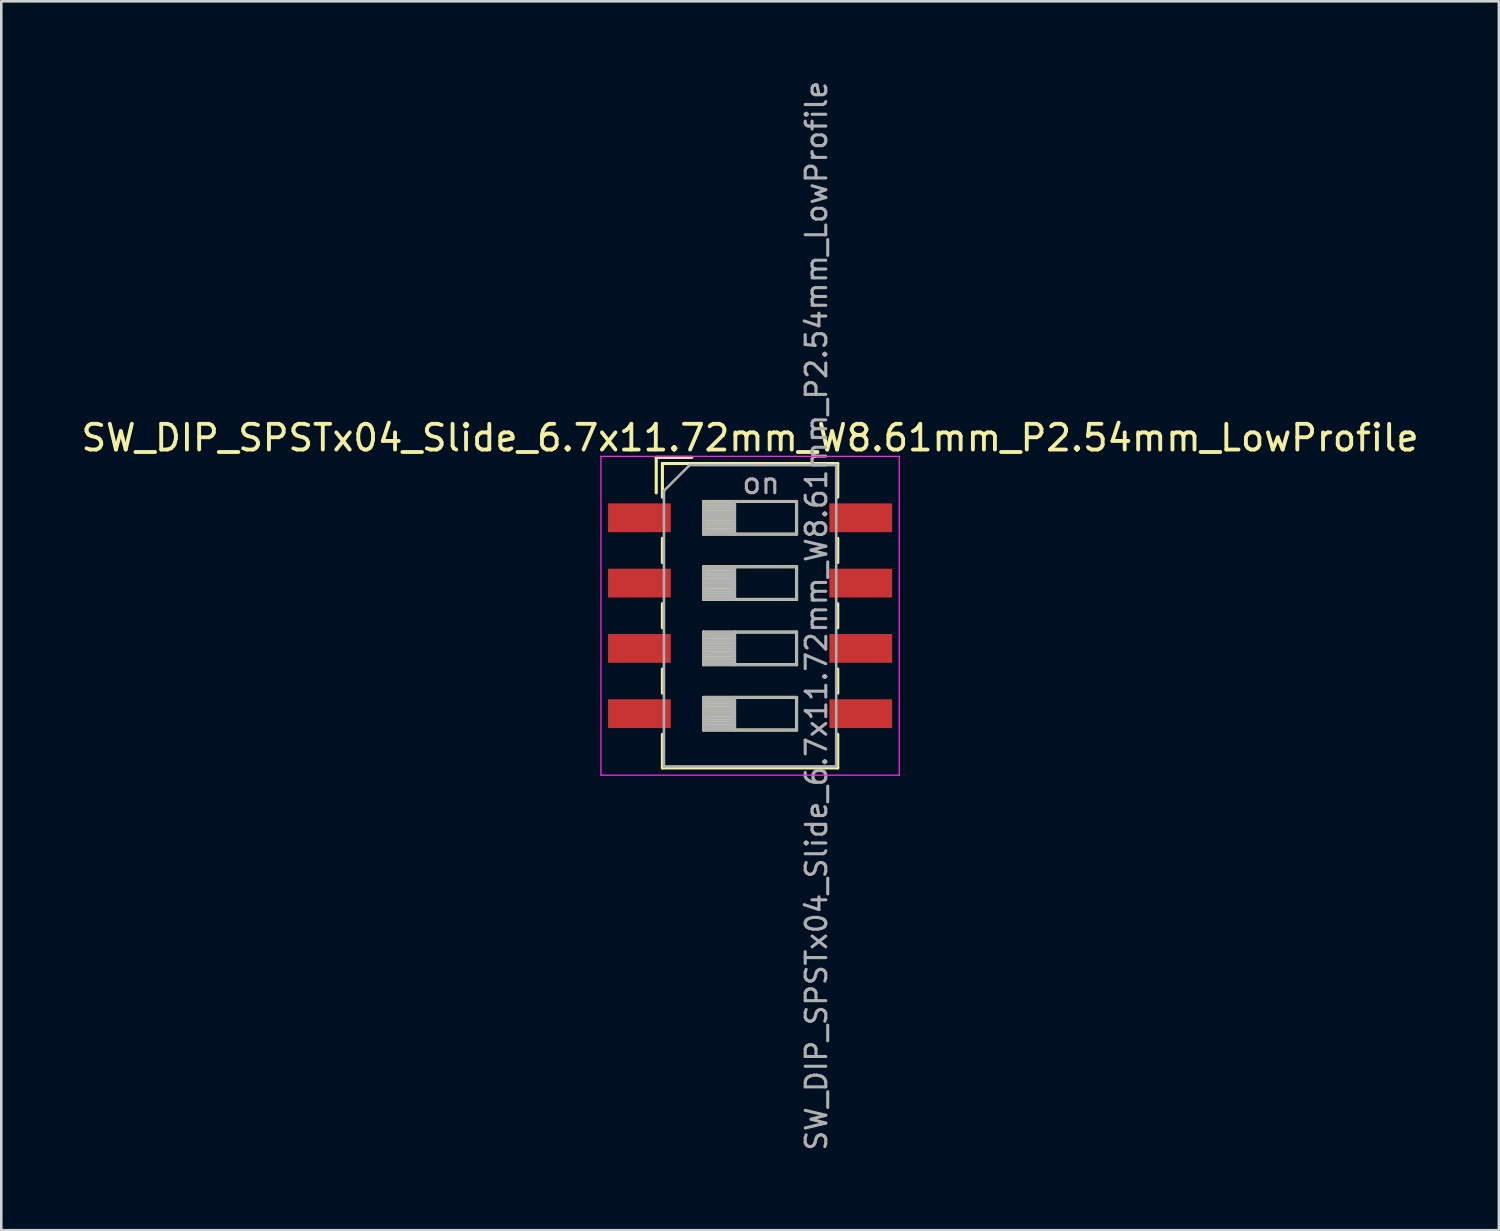
<source format=kicad_pcb>
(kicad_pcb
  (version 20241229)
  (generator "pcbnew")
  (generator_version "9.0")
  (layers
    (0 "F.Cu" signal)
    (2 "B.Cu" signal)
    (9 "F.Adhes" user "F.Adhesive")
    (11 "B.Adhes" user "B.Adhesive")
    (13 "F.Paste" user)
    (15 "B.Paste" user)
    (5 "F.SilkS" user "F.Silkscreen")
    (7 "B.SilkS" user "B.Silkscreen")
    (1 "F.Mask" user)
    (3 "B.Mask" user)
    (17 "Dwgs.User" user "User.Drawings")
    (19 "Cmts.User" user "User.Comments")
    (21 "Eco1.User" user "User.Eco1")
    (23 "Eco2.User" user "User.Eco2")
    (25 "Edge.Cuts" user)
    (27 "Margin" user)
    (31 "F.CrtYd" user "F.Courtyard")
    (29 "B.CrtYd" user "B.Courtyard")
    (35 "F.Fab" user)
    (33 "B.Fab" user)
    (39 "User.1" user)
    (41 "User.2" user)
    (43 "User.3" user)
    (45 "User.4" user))
  (footprint "SW_DIP_SPSTx04_Slide_6.7x11.72mm_W8.61mm_P2.54mm_LowProfile"
    (layer "F.Cu")
    (at 26.125 20.9)
    (property "Reference" "SW_DIP_SPSTx04_Slide_6.7x11.72mm_W8.61mm_P2.54mm_LowProfile" (at 0 -6.92 0) (layer "F.SilkS") (effects (font (size 1 1) (thickness 0.15))))
    (attr smd)
    (fp_line (start -3.65 -6.16) (end -3.65 -4.777) (stroke (width 0.12) (type solid)) (layer "F.SilkS"))
    (fp_line (start -3.65 -6.16) (end -2.267 -6.16) (stroke (width 0.12) (type solid)) (layer "F.SilkS"))
    (fp_line (start -3.41 -5.92) (end -3.41 -4.61) (stroke (width 0.12) (type solid)) (layer "F.SilkS"))
    (fp_line (start -3.41 -5.92) (end 3.41 -5.92) (stroke (width 0.12) (type solid)) (layer "F.SilkS"))
    (fp_line (start -3.41 -3.01) (end -3.41 -2.07) (stroke (width 0.12) (type solid)) (layer "F.SilkS"))
    (fp_line (start -3.41 -0.47) (end -3.41 0.47) (stroke (width 0.12) (type solid)) (layer "F.SilkS"))
    (fp_line (start -3.41 2.07) (end -3.41 3.01) (stroke (width 0.12) (type solid)) (layer "F.SilkS"))
    (fp_line (start -3.41 4.61) (end -3.41 5.92) (stroke (width 0.12) (type solid)) (layer "F.SilkS"))
    (fp_line (start -3.41 5.92) (end 3.41 5.92) (stroke (width 0.12) (type solid)) (layer "F.SilkS"))
    (fp_line (start -1.81 -4.445) (end -1.81 -3.175) (stroke (width 0.12) (type solid)) (layer "F.SilkS"))
    (fp_line (start -1.81 -4.325) (end -0.603 -4.325) (stroke (width 0.12) (type solid)) (layer "F.SilkS"))
    (fp_line (start -1.81 -4.205) (end -0.603 -4.205) (stroke (width 0.12) (type solid)) (layer "F.SilkS"))
    (fp_line (start -1.81 -4.085) (end -0.603 -4.085) (stroke (width 0.12) (type solid)) (layer "F.SilkS"))
    (fp_line (start -1.81 -3.965) (end -0.603 -3.965) (stroke (width 0.12) (type solid)) (layer "F.SilkS"))
    (fp_line (start -1.81 -3.845) (end -0.603 -3.845) (stroke (width 0.12) (type solid)) (layer "F.SilkS"))
    (fp_line (start -1.81 -3.725) (end -0.603 -3.725) (stroke (width 0.12) (type solid)) (layer "F.SilkS"))
    (fp_line (start -1.81 -3.605) (end -0.603 -3.605) (stroke (width 0.12) (type solid)) (layer "F.SilkS"))
    (fp_line (start -1.81 -3.485) (end -0.603 -3.485) (stroke (width 0.12) (type solid)) (layer "F.SilkS"))
    (fp_line (start -1.81 -3.365) (end -0.603 -3.365) (stroke (width 0.12) (type solid)) (layer "F.SilkS"))
    (fp_line (start -1.81 -3.245) (end -0.603 -3.245) (stroke (width 0.12) (type solid)) (layer "F.SilkS"))
    (fp_line (start -1.81 -3.175) (end 1.81 -3.175) (stroke (width 0.12) (type solid)) (layer "F.SilkS"))
    (fp_line (start -1.81 -1.905) (end -1.81 -0.635) (stroke (width 0.12) (type solid)) (layer "F.SilkS"))
    (fp_line (start -1.81 -1.785) (end -0.603 -1.785) (stroke (width 0.12) (type solid)) (layer "F.SilkS"))
    (fp_line (start -1.81 -1.665) (end -0.603 -1.665) (stroke (width 0.12) (type solid)) (layer "F.SilkS"))
    (fp_line (start -1.81 -1.545) (end -0.603 -1.545) (stroke (width 0.12) (type solid)) (layer "F.SilkS"))
    (fp_line (start -1.81 -1.425) (end -0.603 -1.425) (stroke (width 0.12) (type solid)) (layer "F.SilkS"))
    (fp_line (start -1.81 -1.305) (end -0.603 -1.305) (stroke (width 0.12) (type solid)) (layer "F.SilkS"))
    (fp_line (start -1.81 -1.185) (end -0.603 -1.185) (stroke (width 0.12) (type solid)) (layer "F.SilkS"))
    (fp_line (start -1.81 -1.065) (end -0.603 -1.065) (stroke (width 0.12) (type solid)) (layer "F.SilkS"))
    (fp_line (start -1.81 -0.945) (end -0.603 -0.945) (stroke (width 0.12) (type solid)) (layer "F.SilkS"))
    (fp_line (start -1.81 -0.825) (end -0.603 -0.825) (stroke (width 0.12) (type solid)) (layer "F.SilkS"))
    (fp_line (start -1.81 -0.705) (end -0.603 -0.705) (stroke (width 0.12) (type solid)) (layer "F.SilkS"))
    (fp_line (start -1.81 -0.635) (end 1.81 -0.635) (stroke (width 0.12) (type solid)) (layer "F.SilkS"))
    (fp_line (start -1.81 0.635) (end -1.81 1.905) (stroke (width 0.12) (type solid)) (layer "F.SilkS"))
    (fp_line (start -1.81 0.755) (end -0.603 0.755) (stroke (width 0.12) (type solid)) (layer "F.SilkS"))
    (fp_line (start -1.81 0.875) (end -0.603 0.875) (stroke (width 0.12) (type solid)) (layer "F.SilkS"))
    (fp_line (start -1.81 0.995) (end -0.603 0.995) (stroke (width 0.12) (type solid)) (layer "F.SilkS"))
    (fp_line (start -1.81 1.115) (end -0.603 1.115) (stroke (width 0.12) (type solid)) (layer "F.SilkS"))
    (fp_line (start -1.81 1.235) (end -0.603 1.235) (stroke (width 0.12) (type solid)) (layer "F.SilkS"))
    (fp_line (start -1.81 1.355) (end -0.603 1.355) (stroke (width 0.12) (type solid)) (layer "F.SilkS"))
    (fp_line (start -1.81 1.475) (end -0.603 1.475) (stroke (width 0.12) (type solid)) (layer "F.SilkS"))
    (fp_line (start -1.81 1.595) (end -0.603 1.595) (stroke (width 0.12) (type solid)) (layer "F.SilkS"))
    (fp_line (start -1.81 1.715) (end -0.603 1.715) (stroke (width 0.12) (type solid)) (layer "F.SilkS"))
    (fp_line (start -1.81 1.835) (end -0.603 1.835) (stroke (width 0.12) (type solid)) (layer "F.SilkS"))
    (fp_line (start -1.81 1.905) (end 1.81 1.905) (stroke (width 0.12) (type solid)) (layer "F.SilkS"))
    (fp_line (start -1.81 3.175) (end -1.81 4.445) (stroke (width 0.12) (type solid)) (layer "F.SilkS"))
    (fp_line (start -1.81 3.295) (end -0.603 3.295) (stroke (width 0.12) (type solid)) (layer "F.SilkS"))
    (fp_line (start -1.81 3.415) (end -0.603 3.415) (stroke (width 0.12) (type solid)) (layer "F.SilkS"))
    (fp_line (start -1.81 3.535) (end -0.603 3.535) (stroke (width 0.12) (type solid)) (layer "F.SilkS"))
    (fp_line (start -1.81 3.655) (end -0.603 3.655) (stroke (width 0.12) (type solid)) (layer "F.SilkS"))
    (fp_line (start -1.81 3.775) (end -0.603 3.775) (stroke (width 0.12) (type solid)) (layer "F.SilkS"))
    (fp_line (start -1.81 3.895) (end -0.603 3.895) (stroke (width 0.12) (type solid)) (layer "F.SilkS"))
    (fp_line (start -1.81 4.015) (end -0.603 4.015) (stroke (width 0.12) (type solid)) (layer "F.SilkS"))
    (fp_line (start -1.81 4.135) (end -0.603 4.135) (stroke (width 0.12) (type solid)) (layer "F.SilkS"))
    (fp_line (start -1.81 4.255) (end -0.603 4.255) (stroke (width 0.12) (type solid)) (layer "F.SilkS"))
    (fp_line (start -1.81 4.375) (end -0.603 4.375) (stroke (width 0.12) (type solid)) (layer "F.SilkS"))
    (fp_line (start -1.81 4.445) (end 1.81 4.445) (stroke (width 0.12) (type solid)) (layer "F.SilkS"))
    (fp_line (start -0.603 -4.445) (end -0.603 -3.175) (stroke (width 0.12) (type solid)) (layer "F.SilkS"))
    (fp_line (start -0.603 -1.905) (end -0.603 -0.635) (stroke (width 0.12) (type solid)) (layer "F.SilkS"))
    (fp_line (start -0.603 0.635) (end -0.603 1.905) (stroke (width 0.12) (type solid)) (layer "F.SilkS"))
    (fp_line (start -0.603 3.175) (end -0.603 4.445) (stroke (width 0.12) (type solid)) (layer "F.SilkS"))
    (fp_line (start 1.81 -4.445) (end -1.81 -4.445) (stroke (width 0.12) (type solid)) (layer "F.SilkS"))
    (fp_line (start 1.81 -3.175) (end 1.81 -4.445) (stroke (width 0.12) (type solid)) (layer "F.SilkS"))
    (fp_line (start 1.81 -1.905) (end -1.81 -1.905) (stroke (width 0.12) (type solid)) (layer "F.SilkS"))
    (fp_line (start 1.81 -0.635) (end 1.81 -1.905) (stroke (width 0.12) (type solid)) (layer "F.SilkS"))
    (fp_line (start 1.81 0.635) (end -1.81 0.635) (stroke (width 0.12) (type solid)) (layer "F.SilkS"))
    (fp_line (start 1.81 1.905) (end 1.81 0.635) (stroke (width 0.12) (type solid)) (layer "F.SilkS"))
    (fp_line (start 1.81 3.175) (end -1.81 3.175) (stroke (width 0.12) (type solid)) (layer "F.SilkS"))
    (fp_line (start 1.81 4.445) (end 1.81 3.175) (stroke (width 0.12) (type solid)) (layer "F.SilkS"))
    (fp_line (start 3.41 -5.92) (end 3.41 -4.61) (stroke (width 0.12) (type solid)) (layer "F.SilkS"))
    (fp_line (start 3.41 -3.01) (end 3.41 -2.07) (stroke (width 0.12) (type solid)) (layer "F.SilkS"))
    (fp_line (start 3.41 -0.47) (end 3.41 0.47) (stroke (width 0.12) (type solid)) (layer "F.SilkS"))
    (fp_line (start 3.41 2.07) (end 3.41 3.01) (stroke (width 0.12) (type solid)) (layer "F.SilkS"))
    (fp_line (start 3.41 4.61) (end 3.41 5.92) (stroke (width 0.12) (type solid)) (layer "F.SilkS"))
    (fp_line (start -5.8 -6.2) (end -5.8 6.2) (stroke (width 0.05) (type solid)) (layer "F.CrtYd"))
    (fp_line (start -5.8 6.2) (end 5.8 6.2) (stroke (width 0.05) (type solid)) (layer "F.CrtYd"))
    (fp_line (start 5.8 -6.2) (end -5.8 -6.2) (stroke (width 0.05) (type solid)) (layer "F.CrtYd"))
    (fp_line (start 5.8 6.2) (end 5.8 -6.2) (stroke (width 0.05) (type solid)) (layer "F.CrtYd"))
    (fp_line (start -3.35 -4.86) (end -2.35 -5.86) (stroke (width 0.1) (type solid)) (layer "F.Fab"))
    (fp_line (start -3.35 5.86) (end -3.35 -4.86) (stroke (width 0.1) (type solid)) (layer "F.Fab"))
    (fp_line (start -2.35 -5.86) (end 3.35 -5.86) (stroke (width 0.1) (type solid)) (layer "F.Fab"))
    (fp_line (start -1.81 -4.445) (end -1.81 -3.175) (stroke (width 0.1) (type solid)) (layer "F.Fab"))
    (fp_line (start -1.81 -4.345) (end -0.603 -4.345) (stroke (width 0.1) (type solid)) (layer "F.Fab"))
    (fp_line (start -1.81 -4.245) (end -0.603 -4.245) (stroke (width 0.1) (type solid)) (layer "F.Fab"))
    (fp_line (start -1.81 -4.145) (end -0.603 -4.145) (stroke (width 0.1) (type solid)) (layer "F.Fab"))
    (fp_line (start -1.81 -4.045) (end -0.603 -4.045) (stroke (width 0.1) (type solid)) (layer "F.Fab"))
    (fp_line (start -1.81 -3.945) (end -0.603 -3.945) (stroke (width 0.1) (type solid)) (layer "F.Fab"))
    (fp_line (start -1.81 -3.845) (end -0.603 -3.845) (stroke (width 0.1) (type solid)) (layer "F.Fab"))
    (fp_line (start -1.81 -3.745) (end -0.603 -3.745) (stroke (width 0.1) (type solid)) (layer "F.Fab"))
    (fp_line (start -1.81 -3.645) (end -0.603 -3.645) (stroke (width 0.1) (type solid)) (layer "F.Fab"))
    (fp_line (start -1.81 -3.545) (end -0.603 -3.545) (stroke (width 0.1) (type solid)) (layer "F.Fab"))
    (fp_line (start -1.81 -3.445) (end -0.603 -3.445) (stroke (width 0.1) (type solid)) (layer "F.Fab"))
    (fp_line (start -1.81 -3.345) (end -0.603 -3.345) (stroke (width 0.1) (type solid)) (layer "F.Fab"))
    (fp_line (start -1.81 -3.245) (end -0.603 -3.245) (stroke (width 0.1) (type solid)) (layer "F.Fab"))
    (fp_line (start -1.81 -3.175) (end 1.81 -3.175) (stroke (width 0.1) (type solid)) (layer "F.Fab"))
    (fp_line (start -1.81 -1.905) (end -1.81 -0.635) (stroke (width 0.1) (type solid)) (layer "F.Fab"))
    (fp_line (start -1.81 -1.805) (end -0.603 -1.805) (stroke (width 0.1) (type solid)) (layer "F.Fab"))
    (fp_line (start -1.81 -1.705) (end -0.603 -1.705) (stroke (width 0.1) (type solid)) (layer "F.Fab"))
    (fp_line (start -1.81 -1.605) (end -0.603 -1.605) (stroke (width 0.1) (type solid)) (layer "F.Fab"))
    (fp_line (start -1.81 -1.505) (end -0.603 -1.505) (stroke (width 0.1) (type solid)) (layer "F.Fab"))
    (fp_line (start -1.81 -1.405) (end -0.603 -1.405) (stroke (width 0.1) (type solid)) (layer "F.Fab"))
    (fp_line (start -1.81 -1.305) (end -0.603 -1.305) (stroke (width 0.1) (type solid)) (layer "F.Fab"))
    (fp_line (start -1.81 -1.205) (end -0.603 -1.205) (stroke (width 0.1) (type solid)) (layer "F.Fab"))
    (fp_line (start -1.81 -1.105) (end -0.603 -1.105) (stroke (width 0.1) (type solid)) (layer "F.Fab"))
    (fp_line (start -1.81 -1.005) (end -0.603 -1.005) (stroke (width 0.1) (type solid)) (layer "F.Fab"))
    (fp_line (start -1.81 -0.905) (end -0.603 -0.905) (stroke (width 0.1) (type solid)) (layer "F.Fab"))
    (fp_line (start -1.81 -0.805) (end -0.603 -0.805) (stroke (width 0.1) (type solid)) (layer "F.Fab"))
    (fp_line (start -1.81 -0.705) (end -0.603 -0.705) (stroke (width 0.1) (type solid)) (layer "F.Fab"))
    (fp_line (start -1.81 -0.635) (end 1.81 -0.635) (stroke (width 0.1) (type solid)) (layer "F.Fab"))
    (fp_line (start -1.81 0.635) (end -1.81 1.905) (stroke (width 0.1) (type solid)) (layer "F.Fab"))
    (fp_line (start -1.81 0.735) (end -0.603 0.735) (stroke (width 0.1) (type solid)) (layer "F.Fab"))
    (fp_line (start -1.81 0.835) (end -0.603 0.835) (stroke (width 0.1) (type solid)) (layer "F.Fab"))
    (fp_line (start -1.81 0.935) (end -0.603 0.935) (stroke (width 0.1) (type solid)) (layer "F.Fab"))
    (fp_line (start -1.81 1.035) (end -0.603 1.035) (stroke (width 0.1) (type solid)) (layer "F.Fab"))
    (fp_line (start -1.81 1.135) (end -0.603 1.135) (stroke (width 0.1) (type solid)) (layer "F.Fab"))
    (fp_line (start -1.81 1.235) (end -0.603 1.235) (stroke (width 0.1) (type solid)) (layer "F.Fab"))
    (fp_line (start -1.81 1.335) (end -0.603 1.335) (stroke (width 0.1) (type solid)) (layer "F.Fab"))
    (fp_line (start -1.81 1.435) (end -0.603 1.435) (stroke (width 0.1) (type solid)) (layer "F.Fab"))
    (fp_line (start -1.81 1.535) (end -0.603 1.535) (stroke (width 0.1) (type solid)) (layer "F.Fab"))
    (fp_line (start -1.81 1.635) (end -0.603 1.635) (stroke (width 0.1) (type solid)) (layer "F.Fab"))
    (fp_line (start -1.81 1.735) (end -0.603 1.735) (stroke (width 0.1) (type solid)) (layer "F.Fab"))
    (fp_line (start -1.81 1.835) (end -0.603 1.835) (stroke (width 0.1) (type solid)) (layer "F.Fab"))
    (fp_line (start -1.81 1.905) (end 1.81 1.905) (stroke (width 0.1) (type solid)) (layer "F.Fab"))
    (fp_line (start -1.81 3.175) (end -1.81 4.445) (stroke (width 0.1) (type solid)) (layer "F.Fab"))
    (fp_line (start -1.81 3.275) (end -0.603 3.275) (stroke (width 0.1) (type solid)) (layer "F.Fab"))
    (fp_line (start -1.81 3.375) (end -0.603 3.375) (stroke (width 0.1) (type solid)) (layer "F.Fab"))
    (fp_line (start -1.81 3.475) (end -0.603 3.475) (stroke (width 0.1) (type solid)) (layer "F.Fab"))
    (fp_line (start -1.81 3.575) (end -0.603 3.575) (stroke (width 0.1) (type solid)) (layer "F.Fab"))
    (fp_line (start -1.81 3.675) (end -0.603 3.675) (stroke (width 0.1) (type solid)) (layer "F.Fab"))
    (fp_line (start -1.81 3.775) (end -0.603 3.775) (stroke (width 0.1) (type solid)) (layer "F.Fab"))
    (fp_line (start -1.81 3.875) (end -0.603 3.875) (stroke (width 0.1) (type solid)) (layer "F.Fab"))
    (fp_line (start -1.81 3.975) (end -0.603 3.975) (stroke (width 0.1) (type solid)) (layer "F.Fab"))
    (fp_line (start -1.81 4.075) (end -0.603 4.075) (stroke (width 0.1) (type solid)) (layer "F.Fab"))
    (fp_line (start -1.81 4.175) (end -0.603 4.175) (stroke (width 0.1) (type solid)) (layer "F.Fab"))
    (fp_line (start -1.81 4.275) (end -0.603 4.275) (stroke (width 0.1) (type solid)) (layer "F.Fab"))
    (fp_line (start -1.81 4.375) (end -0.603 4.375) (stroke (width 0.1) (type solid)) (layer "F.Fab"))
    (fp_line (start -1.81 4.445) (end 1.81 4.445) (stroke (width 0.1) (type solid)) (layer "F.Fab"))
    (fp_line (start -0.603 -4.445) (end -0.603 -3.175) (stroke (width 0.1) (type solid)) (layer "F.Fab"))
    (fp_line (start -0.603 -1.905) (end -0.603 -0.635) (stroke (width 0.1) (type solid)) (layer "F.Fab"))
    (fp_line (start -0.603 0.635) (end -0.603 1.905) (stroke (width 0.1) (type solid)) (layer "F.Fab"))
    (fp_line (start -0.603 3.175) (end -0.603 4.445) (stroke (width 0.1) (type solid)) (layer "F.Fab"))
    (fp_line (start 1.81 -4.445) (end -1.81 -4.445) (stroke (width 0.1) (type solid)) (layer "F.Fab"))
    (fp_line (start 1.81 -3.175) (end 1.81 -4.445) (stroke (width 0.1) (type solid)) (layer "F.Fab"))
    (fp_line (start 1.81 -1.905) (end -1.81 -1.905) (stroke (width 0.1) (type solid)) (layer "F.Fab"))
    (fp_line (start 1.81 -0.635) (end 1.81 -1.905) (stroke (width 0.1) (type solid)) (layer "F.Fab"))
    (fp_line (start 1.81 0.635) (end -1.81 0.635) (stroke (width 0.1) (type solid)) (layer "F.Fab"))
    (fp_line (start 1.81 1.905) (end 1.81 0.635) (stroke (width 0.1) (type solid)) (layer "F.Fab"))
    (fp_line (start 1.81 3.175) (end -1.81 3.175) (stroke (width 0.1) (type solid)) (layer "F.Fab"))
    (fp_line (start 1.81 4.445) (end 1.81 3.175) (stroke (width 0.1) (type solid)) (layer "F.Fab"))
    (fp_line (start 3.35 -5.86) (end 3.35 5.86) (stroke (width 0.1) (type solid)) (layer "F.Fab"))
    (fp_line (start 3.35 5.86) (end -3.35 5.86) (stroke (width 0.1) (type solid)) (layer "F.Fab"))
    (fp_text user "${REFERENCE}" (at 2.58 0 90) (layer "F.Fab") (effects (font (size 0.8 0.8) (thickness 0.12))))
    (fp_text user "on" (at 0.427 -5.152 0) (layer "F.Fab") (effects (font (size 0.8 0.8) (thickness 0.12))))
    (pad "1" smd rect (at -4.305 -3.81) (size 2.44 1.12) (layers "F.Cu" "F.Mask" "F.Paste"))
    (pad "2" smd rect (at -4.305 -1.27) (size 2.44 1.12) (layers "F.Cu" "F.Mask" "F.Paste"))
    (pad "3" smd rect (at -4.305 1.27) (size 2.44 1.12) (layers "F.Cu" "F.Mask" "F.Paste"))
    (pad "4" smd rect (at -4.305 3.81) (size 2.44 1.12) (layers "F.Cu" "F.Mask" "F.Paste"))
    (pad "5" smd rect (at 4.305 3.81) (size 2.44 1.12) (layers "F.Cu" "F.Mask" "F.Paste"))
    (pad "6" smd rect (at 4.305 1.27) (size 2.44 1.12) (layers "F.Cu" "F.Mask" "F.Paste"))
    (pad "7" smd rect (at 4.305 -1.27) (size 2.44 1.12) (layers "F.Cu" "F.Mask" "F.Paste"))
    (pad "8" smd rect (at 4.305 -3.81) (size 2.44 1.12) (layers "F.Cu" "F.Mask" "F.Paste")))
  (gr_rect
    (start -3 -3)
    (end 55.25 44.8)
    (stroke (width 0.1) (type default))
    (fill no)
    (layer "Edge.Cuts")))
</source>
